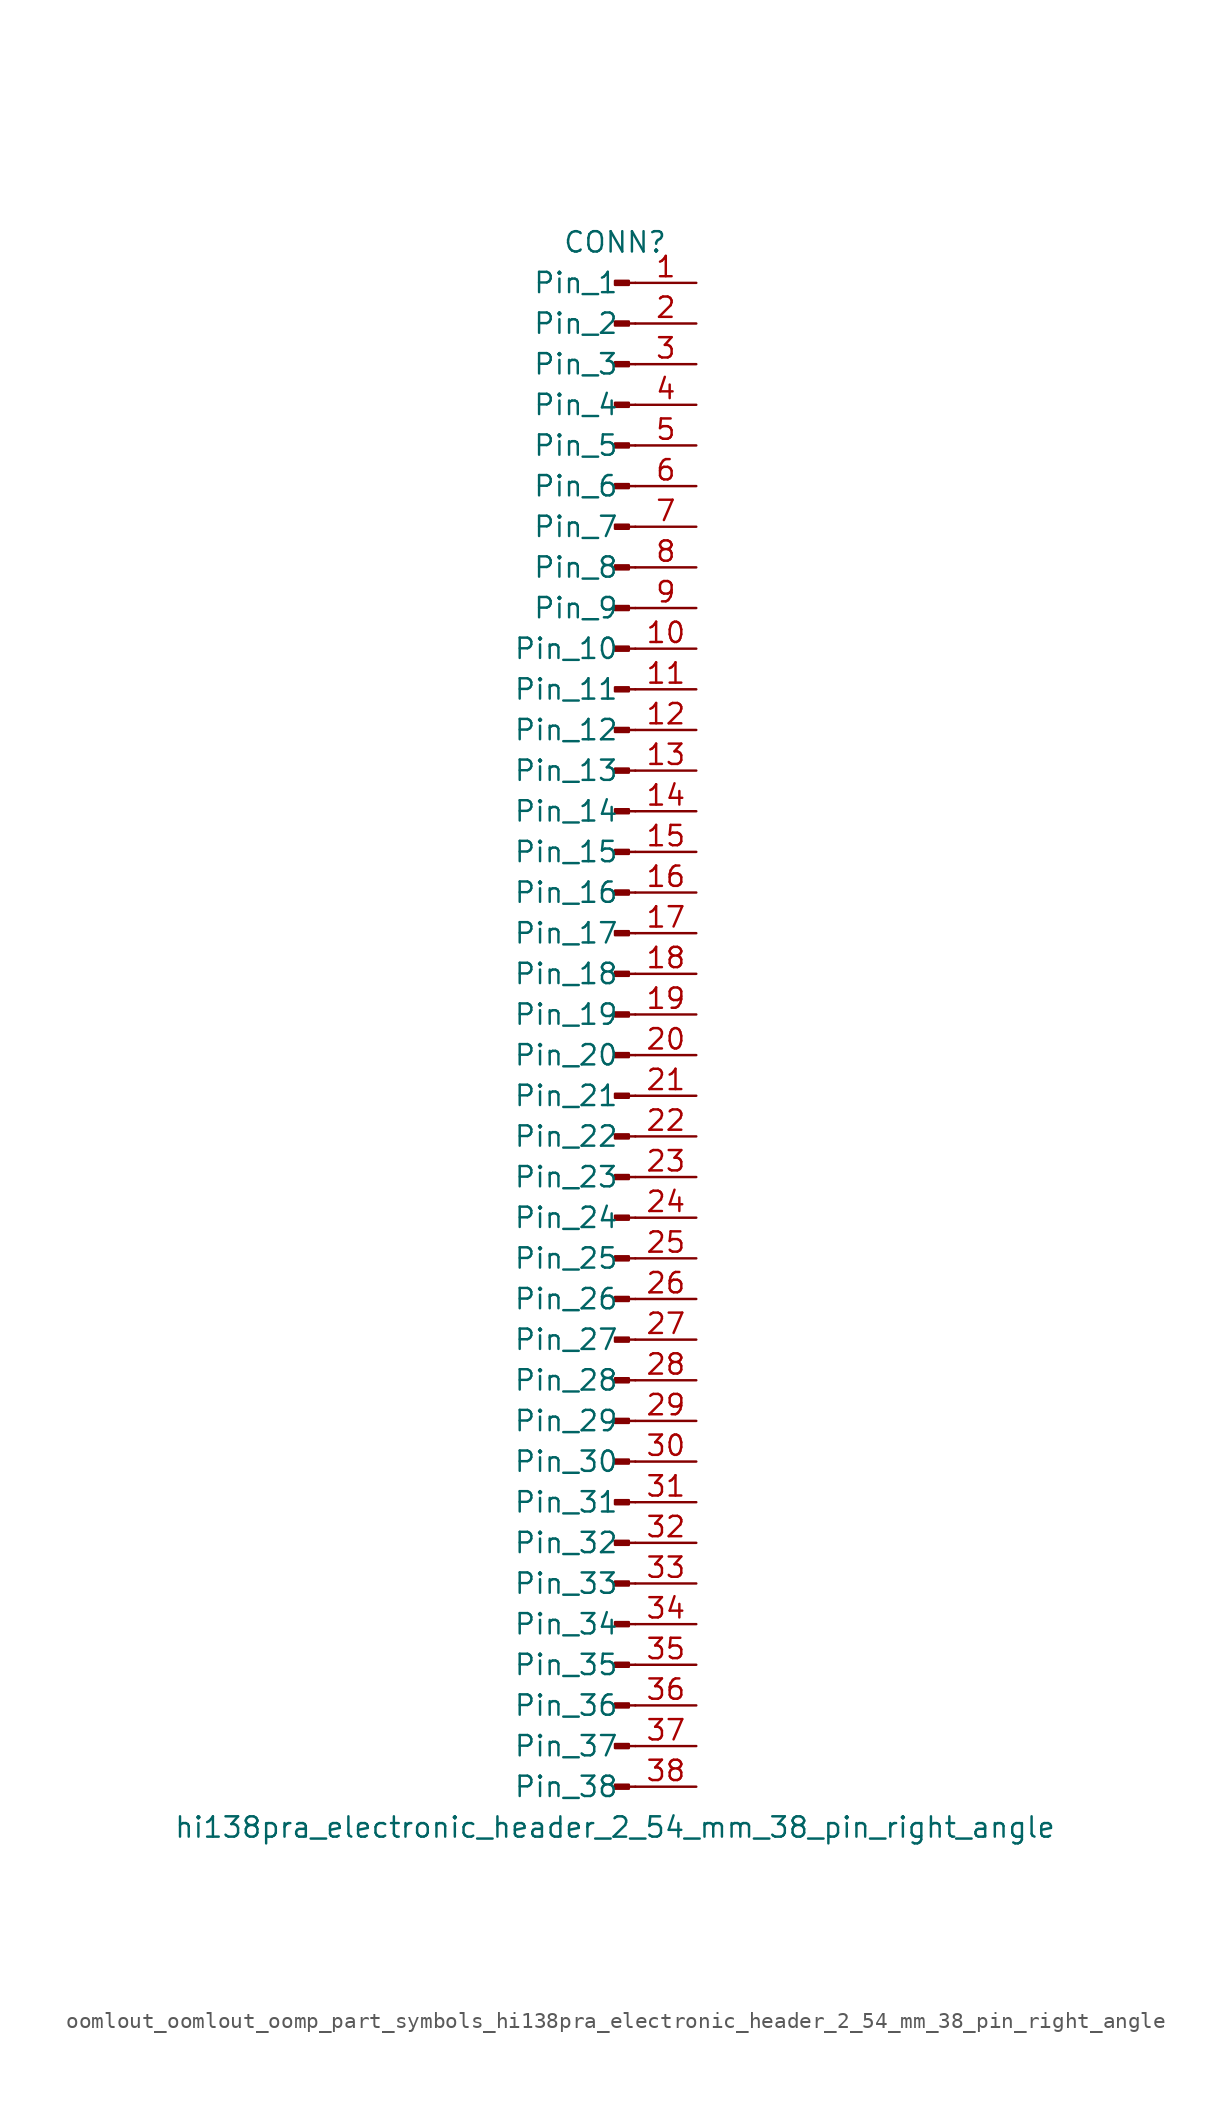
<source format=kicad_sym>
(kicad_symbol_lib
  (version 20220914)
  (generator kicad_symbol_editor)
  (symbol "oomlout_oomlout_oomp_part_symbols_hi138pra_electronic_header_2_54_mm_38_pin_right_angle"
    (pin_names
      (offset 1.016))
    (property "Reference" "CONN"
      (at 0 48.26 0)
      (effects (font (size 1.27 1.27))))
    (property "Value" "hi138pra_electronic_header_2_54_mm_38_pin_right_angle"
      (at 0 -50.8 0)
      (effects (font (size 1.27 1.27))))
    (property "ki_locked" ""
      (at 0 0 0)
      (effects (font (size 1.27 1.27))))
    (symbol "oomlout_oomlout_oomp_part_symbols_hi138pra_electronic_header_2_54_mm_38_pin_right_angle_1_1"
      (polyline (pts (xy 1.27 -48.26) (xy 0.864 -48.26)) (stroke (width 0.152) (type default)) (fill (type none)))
      (polyline (pts (xy 1.27 -45.72) (xy 0.864 -45.72)) (stroke (width 0.152) (type default)) (fill (type none)))
      (polyline (pts (xy 1.27 -43.18) (xy 0.864 -43.18)) (stroke (width 0.152) (type default)) (fill (type none)))
      (polyline (pts (xy 1.27 -40.64) (xy 0.864 -40.64)) (stroke (width 0.152) (type default)) (fill (type none)))
      (polyline (pts (xy 1.27 -38.1) (xy 0.864 -38.1)) (stroke (width 0.152) (type default)) (fill (type none)))
      (polyline (pts (xy 1.27 -35.56) (xy 0.864 -35.56)) (stroke (width 0.152) (type default)) (fill (type none)))
      (polyline (pts (xy 1.27 -33.02) (xy 0.864 -33.02)) (stroke (width 0.152) (type default)) (fill (type none)))
      (polyline (pts (xy 1.27 -30.48) (xy 0.864 -30.48)) (stroke (width 0.152) (type default)) (fill (type none)))
      (polyline (pts (xy 1.27 -27.94) (xy 0.864 -27.94)) (stroke (width 0.152) (type default)) (fill (type none)))
      (polyline (pts (xy 1.27 -25.4) (xy 0.864 -25.4)) (stroke (width 0.152) (type default)) (fill (type none)))
      (polyline (pts (xy 1.27 -22.86) (xy 0.864 -22.86)) (stroke (width 0.152) (type default)) (fill (type none)))
      (polyline (pts (xy 1.27 -20.32) (xy 0.864 -20.32)) (stroke (width 0.152) (type default)) (fill (type none)))
      (polyline (pts (xy 1.27 -17.78) (xy 0.864 -17.78)) (stroke (width 0.152) (type default)) (fill (type none)))
      (polyline (pts (xy 1.27 -15.24) (xy 0.864 -15.24)) (stroke (width 0.152) (type default)) (fill (type none)))
      (polyline (pts (xy 1.27 -12.7) (xy 0.864 -12.7)) (stroke (width 0.152) (type default)) (fill (type none)))
      (polyline (pts (xy 1.27 -10.16) (xy 0.864 -10.16)) (stroke (width 0.152) (type default)) (fill (type none)))
      (polyline (pts (xy 1.27 -7.62) (xy 0.864 -7.62)) (stroke (width 0.152) (type default)) (fill (type none)))
      (polyline (pts (xy 1.27 -5.08) (xy 0.864 -5.08)) (stroke (width 0.152) (type default)) (fill (type none)))
      (polyline (pts (xy 1.27 -2.54) (xy 0.864 -2.54)) (stroke (width 0.152) (type default)) (fill (type none)))
      (polyline (pts (xy 1.27 0) (xy 0.864 0)) (stroke (width 0.152) (type default)) (fill (type none)))
      (polyline (pts (xy 1.27 2.54) (xy 0.864 2.54)) (stroke (width 0.152) (type default)) (fill (type none)))
      (polyline (pts (xy 1.27 5.08) (xy 0.864 5.08)) (stroke (width 0.152) (type default)) (fill (type none)))
      (polyline (pts (xy 1.27 7.62) (xy 0.864 7.62)) (stroke (width 0.152) (type default)) (fill (type none)))
      (polyline (pts (xy 1.27 10.16) (xy 0.864 10.16)) (stroke (width 0.152) (type default)) (fill (type none)))
      (polyline (pts (xy 1.27 12.7) (xy 0.864 12.7)) (stroke (width 0.152) (type default)) (fill (type none)))
      (polyline (pts (xy 1.27 15.24) (xy 0.864 15.24)) (stroke (width 0.152) (type default)) (fill (type none)))
      (polyline (pts (xy 1.27 17.78) (xy 0.864 17.78)) (stroke (width 0.152) (type default)) (fill (type none)))
      (polyline (pts (xy 1.27 20.32) (xy 0.864 20.32)) (stroke (width 0.152) (type default)) (fill (type none)))
      (polyline (pts (xy 1.27 22.86) (xy 0.864 22.86)) (stroke (width 0.152) (type default)) (fill (type none)))
      (polyline (pts (xy 1.27 25.4) (xy 0.864 25.4)) (stroke (width 0.152) (type default)) (fill (type none)))
      (polyline (pts (xy 1.27 27.94) (xy 0.864 27.94)) (stroke (width 0.152) (type default)) (fill (type none)))
      (polyline (pts (xy 1.27 30.48) (xy 0.864 30.48)) (stroke (width 0.152) (type default)) (fill (type none)))
      (polyline (pts (xy 1.27 33.02) (xy 0.864 33.02)) (stroke (width 0.152) (type default)) (fill (type none)))
      (polyline (pts (xy 1.27 35.56) (xy 0.864 35.56)) (stroke (width 0.152) (type default)) (fill (type none)))
      (polyline (pts (xy 1.27 38.1) (xy 0.864 38.1)) (stroke (width 0.152) (type default)) (fill (type none)))
      (polyline (pts (xy 1.27 40.64) (xy 0.864 40.64)) (stroke (width 0.152) (type default)) (fill (type none)))
      (polyline (pts (xy 1.27 43.18) (xy 0.864 43.18)) (stroke (width 0.152) (type default)) (fill (type none)))
      (polyline (pts (xy 1.27 45.72) (xy 0.864 45.72)) (stroke (width 0.152) (type default)) (fill (type none)))
      (rectangle (start 0.864 -48.133) (end 0 -48.387) (stroke (width 0.152) (type default)) (fill (type outline)))
      (rectangle (start 0.864 -45.593) (end 0 -45.847) (stroke (width 0.152) (type default)) (fill (type outline)))
      (rectangle (start 0.864 -43.053) (end 0 -43.307) (stroke (width 0.152) (type default)) (fill (type outline)))
      (rectangle (start 0.864 -40.513) (end 0 -40.767) (stroke (width 0.152) (type default)) (fill (type outline)))
      (rectangle (start 0.864 -37.973) (end 0 -38.227) (stroke (width 0.152) (type default)) (fill (type outline)))
      (rectangle (start 0.864 -35.433) (end 0 -35.687) (stroke (width 0.152) (type default)) (fill (type outline)))
      (rectangle (start 0.864 -32.893) (end 0 -33.147) (stroke (width 0.152) (type default)) (fill (type outline)))
      (rectangle (start 0.864 -30.353) (end 0 -30.607) (stroke (width 0.152) (type default)) (fill (type outline)))
      (rectangle (start 0.864 -27.813) (end 0 -28.067) (stroke (width 0.152) (type default)) (fill (type outline)))
      (rectangle (start 0.864 -25.273) (end 0 -25.527) (stroke (width 0.152) (type default)) (fill (type outline)))
      (rectangle (start 0.864 -22.733) (end 0 -22.987) (stroke (width 0.152) (type default)) (fill (type outline)))
      (rectangle (start 0.864 -20.193) (end 0 -20.447) (stroke (width 0.152) (type default)) (fill (type outline)))
      (rectangle (start 0.864 -17.653) (end 0 -17.907) (stroke (width 0.152) (type default)) (fill (type outline)))
      (rectangle (start 0.864 -15.113) (end 0 -15.367) (stroke (width 0.152) (type default)) (fill (type outline)))
      (rectangle (start 0.864 -12.573) (end 0 -12.827) (stroke (width 0.152) (type default)) (fill (type outline)))
      (rectangle (start 0.864 -10.033) (end 0 -10.287) (stroke (width 0.152) (type default)) (fill (type outline)))
      (rectangle (start 0.864 -7.493) (end 0 -7.747) (stroke (width 0.152) (type default)) (fill (type outline)))
      (rectangle (start 0.864 -4.953) (end 0 -5.207) (stroke (width 0.152) (type default)) (fill (type outline)))
      (rectangle (start 0.864 -2.413) (end 0 -2.667) (stroke (width 0.152) (type default)) (fill (type outline)))
      (rectangle (start 0.864 0.127) (end 0 -0.127) (stroke (width 0.152) (type default)) (fill (type outline)))
      (rectangle (start 0.864 2.667) (end 0 2.413) (stroke (width 0.152) (type default)) (fill (type outline)))
      (rectangle (start 0.864 5.207) (end 0 4.953) (stroke (width 0.152) (type default)) (fill (type outline)))
      (rectangle (start 0.864 7.747) (end 0 7.493) (stroke (width 0.152) (type default)) (fill (type outline)))
      (rectangle (start 0.864 10.287) (end 0 10.033) (stroke (width 0.152) (type default)) (fill (type outline)))
      (rectangle (start 0.864 12.827) (end 0 12.573) (stroke (width 0.152) (type default)) (fill (type outline)))
      (rectangle (start 0.864 15.367) (end 0 15.113) (stroke (width 0.152) (type default)) (fill (type outline)))
      (rectangle (start 0.864 17.907) (end 0 17.653) (stroke (width 0.152) (type default)) (fill (type outline)))
      (rectangle (start 0.864 20.447) (end 0 20.193) (stroke (width 0.152) (type default)) (fill (type outline)))
      (rectangle (start 0.864 22.987) (end 0 22.733) (stroke (width 0.152) (type default)) (fill (type outline)))
      (rectangle (start 0.864 25.527) (end 0 25.273) (stroke (width 0.152) (type default)) (fill (type outline)))
      (rectangle (start 0.864 28.067) (end 0 27.813) (stroke (width 0.152) (type default)) (fill (type outline)))
      (rectangle (start 0.864 30.607) (end 0 30.353) (stroke (width 0.152) (type default)) (fill (type outline)))
      (rectangle (start 0.864 33.147) (end 0 32.893) (stroke (width 0.152) (type default)) (fill (type outline)))
      (rectangle (start 0.864 35.687) (end 0 35.433) (stroke (width 0.152) (type default)) (fill (type outline)))
      (rectangle (start 0.864 38.227) (end 0 37.973) (stroke (width 0.152) (type default)) (fill (type outline)))
      (rectangle (start 0.864 40.767) (end 0 40.513) (stroke (width 0.152) (type default)) (fill (type outline)))
      (rectangle (start 0.864 43.307) (end 0 43.053) (stroke (width 0.152) (type default)) (fill (type outline)))
      (rectangle (start 0.864 45.847) (end 0 45.593) (stroke (width 0.152) (type default)) (fill (type outline)))
      (pin passive line (at 5.08 45.72 180) (length 3.81) (name "Pin_1" (effects (font (size 1.27 1.27)))) (number "1" (effects (font (size 1.27 1.27)))))
      (pin passive line (at 5.08 22.86 180) (length 3.81) (name "Pin_10" (effects (font (size 1.27 1.27)))) (number "10" (effects (font (size 1.27 1.27)))))
      (pin passive line (at 5.08 20.32 180) (length 3.81) (name "Pin_11" (effects (font (size 1.27 1.27)))) (number "11" (effects (font (size 1.27 1.27)))))
      (pin passive line (at 5.08 17.78 180) (length 3.81) (name "Pin_12" (effects (font (size 1.27 1.27)))) (number "12" (effects (font (size 1.27 1.27)))))
      (pin passive line (at 5.08 15.24 180) (length 3.81) (name "Pin_13" (effects (font (size 1.27 1.27)))) (number "13" (effects (font (size 1.27 1.27)))))
      (pin passive line (at 5.08 12.7 180) (length 3.81) (name "Pin_14" (effects (font (size 1.27 1.27)))) (number "14" (effects (font (size 1.27 1.27)))))
      (pin passive line (at 5.08 10.16 180) (length 3.81) (name "Pin_15" (effects (font (size 1.27 1.27)))) (number "15" (effects (font (size 1.27 1.27)))))
      (pin passive line (at 5.08 7.62 180) (length 3.81) (name "Pin_16" (effects (font (size 1.27 1.27)))) (number "16" (effects (font (size 1.27 1.27)))))
      (pin passive line (at 5.08 5.08 180) (length 3.81) (name "Pin_17" (effects (font (size 1.27 1.27)))) (number "17" (effects (font (size 1.27 1.27)))))
      (pin passive line (at 5.08 2.54 180) (length 3.81) (name "Pin_18" (effects (font (size 1.27 1.27)))) (number "18" (effects (font (size 1.27 1.27)))))
      (pin passive line (at 5.08 0 180) (length 3.81) (name "Pin_19" (effects (font (size 1.27 1.27)))) (number "19" (effects (font (size 1.27 1.27)))))
      (pin passive line (at 5.08 43.18 180) (length 3.81) (name "Pin_2" (effects (font (size 1.27 1.27)))) (number "2" (effects (font (size 1.27 1.27)))))
      (pin passive line (at 5.08 -2.54 180) (length 3.81) (name "Pin_20" (effects (font (size 1.27 1.27)))) (number "20" (effects (font (size 1.27 1.27)))))
      (pin passive line (at 5.08 -5.08 180) (length 3.81) (name "Pin_21" (effects (font (size 1.27 1.27)))) (number "21" (effects (font (size 1.27 1.27)))))
      (pin passive line (at 5.08 -7.62 180) (length 3.81) (name "Pin_22" (effects (font (size 1.27 1.27)))) (number "22" (effects (font (size 1.27 1.27)))))
      (pin passive line (at 5.08 -10.16 180) (length 3.81) (name "Pin_23" (effects (font (size 1.27 1.27)))) (number "23" (effects (font (size 1.27 1.27)))))
      (pin passive line (at 5.08 -12.7 180) (length 3.81) (name "Pin_24" (effects (font (size 1.27 1.27)))) (number "24" (effects (font (size 1.27 1.27)))))
      (pin passive line (at 5.08 -15.24 180) (length 3.81) (name "Pin_25" (effects (font (size 1.27 1.27)))) (number "25" (effects (font (size 1.27 1.27)))))
      (pin passive line (at 5.08 -17.78 180) (length 3.81) (name "Pin_26" (effects (font (size 1.27 1.27)))) (number "26" (effects (font (size 1.27 1.27)))))
      (pin passive line (at 5.08 -20.32 180) (length 3.81) (name "Pin_27" (effects (font (size 1.27 1.27)))) (number "27" (effects (font (size 1.27 1.27)))))
      (pin passive line (at 5.08 -22.86 180) (length 3.81) (name "Pin_28" (effects (font (size 1.27 1.27)))) (number "28" (effects (font (size 1.27 1.27)))))
      (pin passive line (at 5.08 -25.4 180) (length 3.81) (name "Pin_29" (effects (font (size 1.27 1.27)))) (number "29" (effects (font (size 1.27 1.27)))))
      (pin passive line (at 5.08 40.64 180) (length 3.81) (name "Pin_3" (effects (font (size 1.27 1.27)))) (number "3" (effects (font (size 1.27 1.27)))))
      (pin passive line (at 5.08 -27.94 180) (length 3.81) (name "Pin_30" (effects (font (size 1.27 1.27)))) (number "30" (effects (font (size 1.27 1.27)))))
      (pin passive line (at 5.08 -30.48 180) (length 3.81) (name "Pin_31" (effects (font (size 1.27 1.27)))) (number "31" (effects (font (size 1.27 1.27)))))
      (pin passive line (at 5.08 -33.02 180) (length 3.81) (name "Pin_32" (effects (font (size 1.27 1.27)))) (number "32" (effects (font (size 1.27 1.27)))))
      (pin passive line (at 5.08 -35.56 180) (length 3.81) (name "Pin_33" (effects (font (size 1.27 1.27)))) (number "33" (effects (font (size 1.27 1.27)))))
      (pin passive line (at 5.08 -38.1 180) (length 3.81) (name "Pin_34" (effects (font (size 1.27 1.27)))) (number "34" (effects (font (size 1.27 1.27)))))
      (pin passive line (at 5.08 -40.64 180) (length 3.81) (name "Pin_35" (effects (font (size 1.27 1.27)))) (number "35" (effects (font (size 1.27 1.27)))))
      (pin passive line (at 5.08 -43.18 180) (length 3.81) (name "Pin_36" (effects (font (size 1.27 1.27)))) (number "36" (effects (font (size 1.27 1.27)))))
      (pin passive line (at 5.08 -45.72 180) (length 3.81) (name "Pin_37" (effects (font (size 1.27 1.27)))) (number "37" (effects (font (size 1.27 1.27)))))
      (pin passive line (at 5.08 -48.26 180) (length 3.81) (name "Pin_38" (effects (font (size 1.27 1.27)))) (number "38" (effects (font (size 1.27 1.27)))))
      (pin passive line (at 5.08 38.1 180) (length 3.81) (name "Pin_4" (effects (font (size 1.27 1.27)))) (number "4" (effects (font (size 1.27 1.27)))))
      (pin passive line (at 5.08 35.56 180) (length 3.81) (name "Pin_5" (effects (font (size 1.27 1.27)))) (number "5" (effects (font (size 1.27 1.27)))))
      (pin passive line (at 5.08 33.02 180) (length 3.81) (name "Pin_6" (effects (font (size 1.27 1.27)))) (number "6" (effects (font (size 1.27 1.27)))))
      (pin passive line (at 5.08 30.48 180) (length 3.81) (name "Pin_7" (effects (font (size 1.27 1.27)))) (number "7" (effects (font (size 1.27 1.27)))))
      (pin passive line (at 5.08 27.94 180) (length 3.81) (name "Pin_8" (effects (font (size 1.27 1.27)))) (number "8" (effects (font (size 1.27 1.27)))))
      (pin passive line (at 5.08 25.4 180) (length 3.81) (name "Pin_9" (effects (font (size 1.27 1.27)))) (number "9" (effects (font (size 1.27 1.27))))))))
</source>
